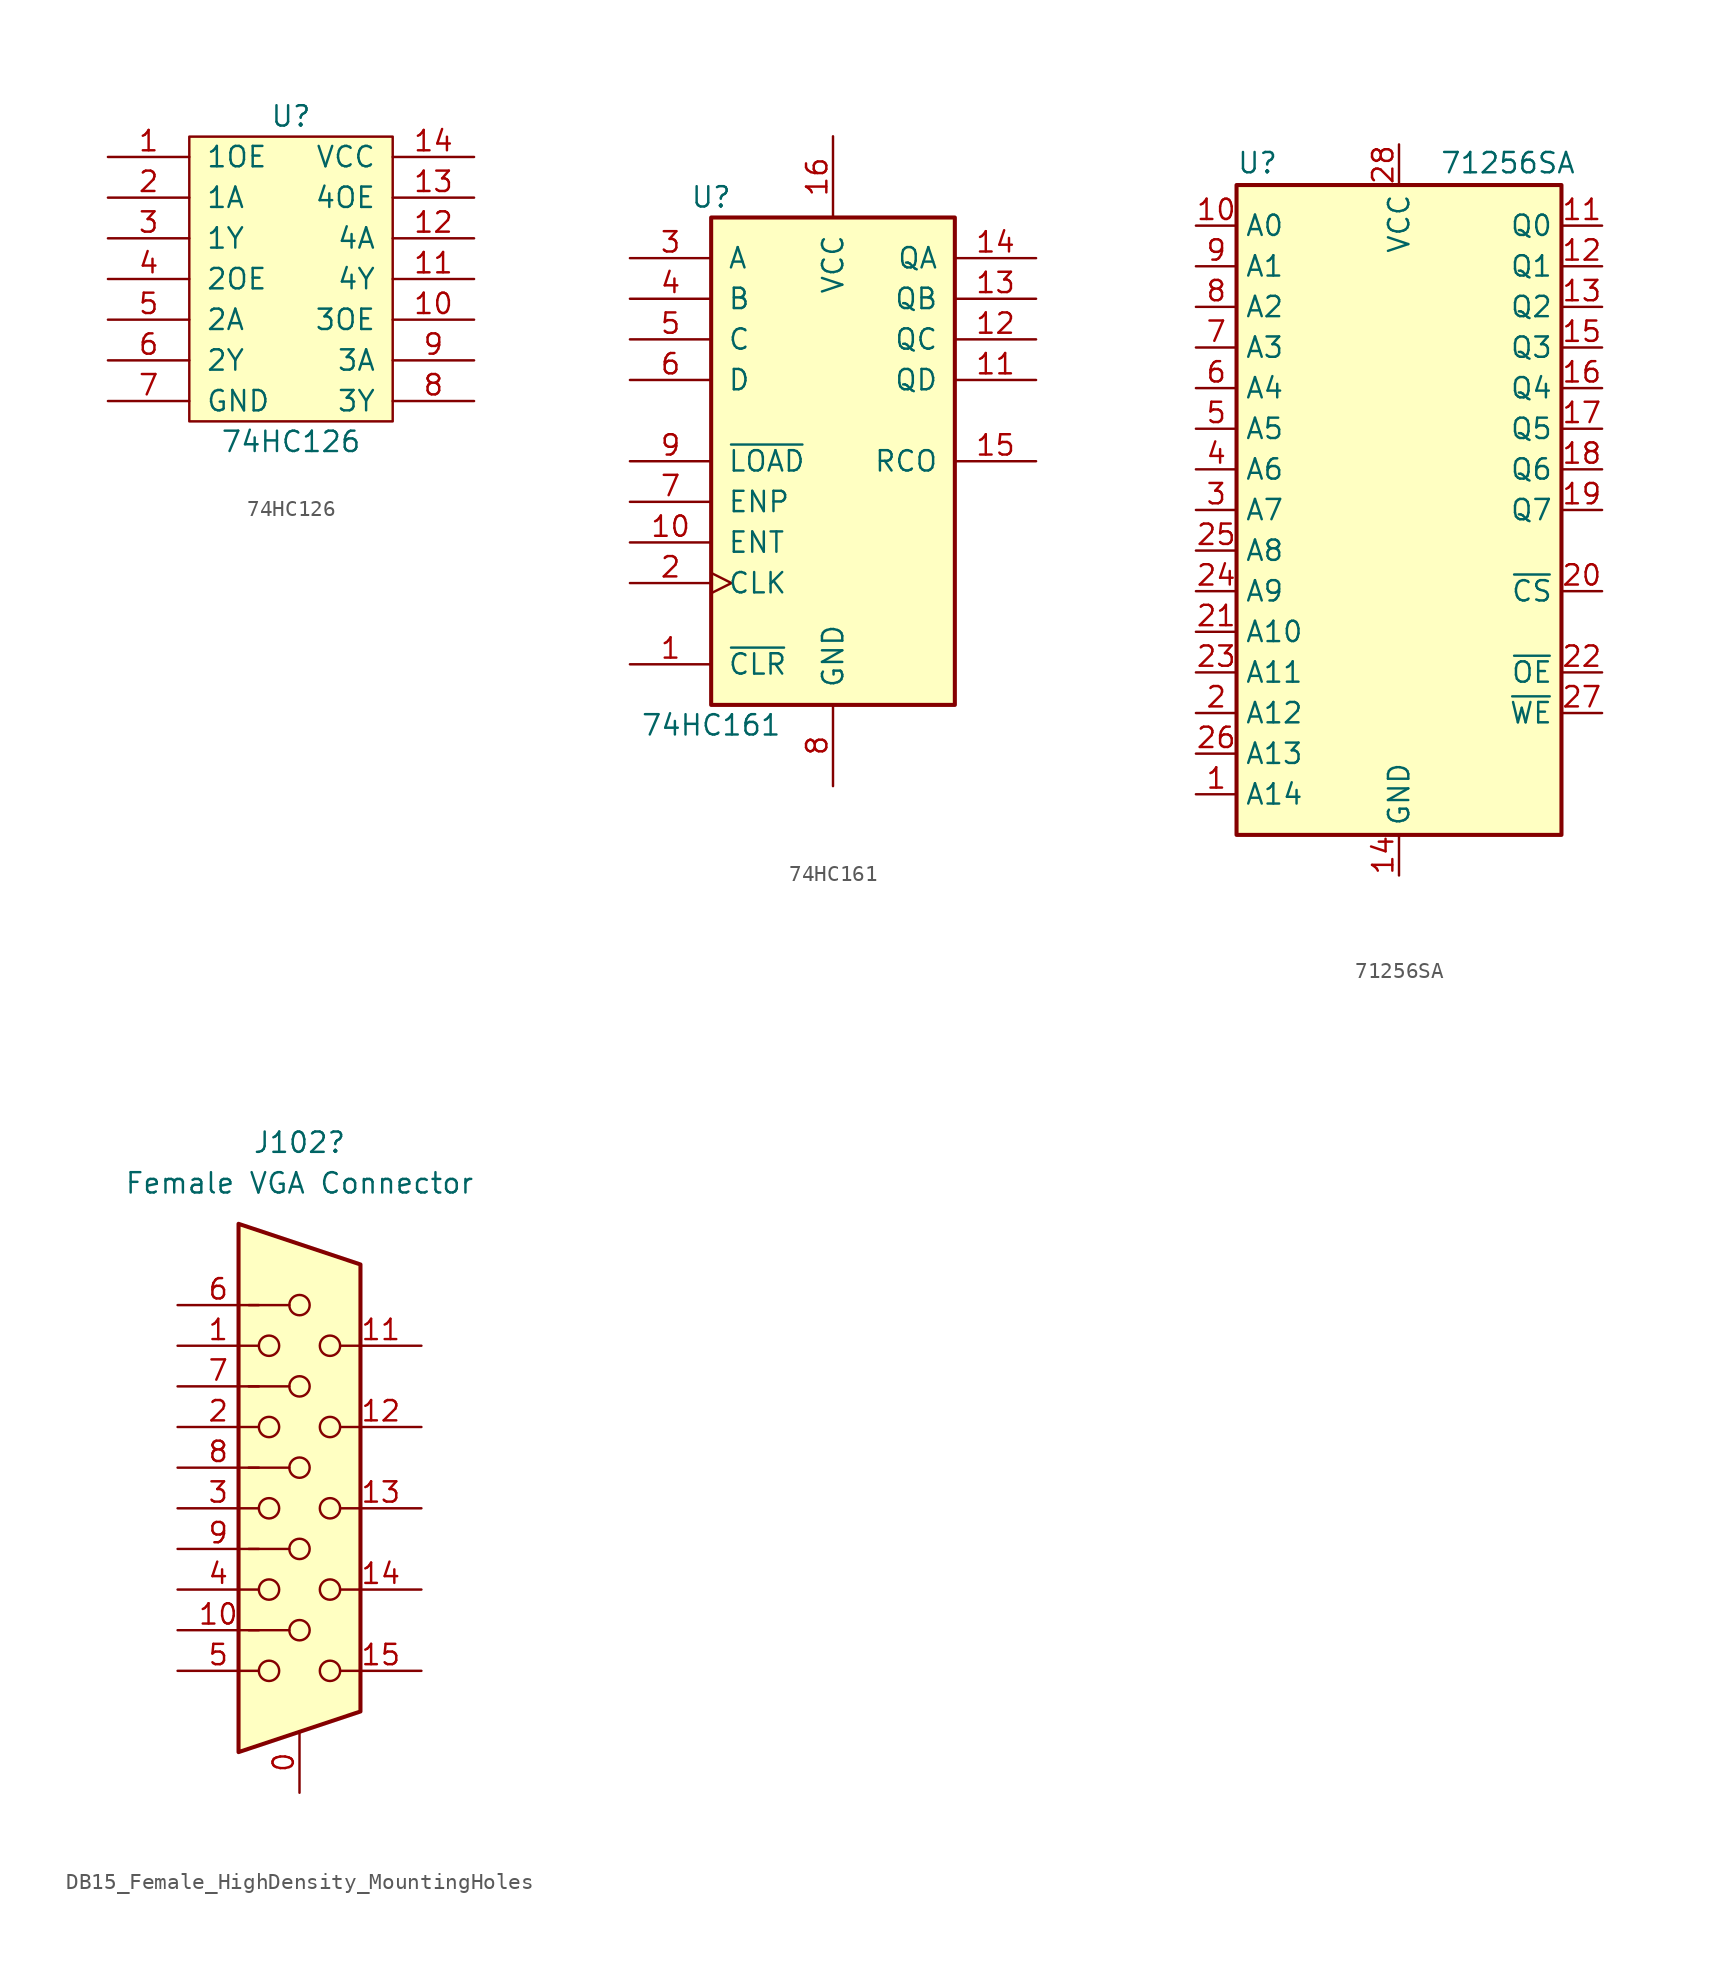
<source format=kicad_sym>
(kicad_symbol_lib
  (version 20220914)
  (generator kicad_symbol_editor)
  (symbol "74HC126"
    (pin_names
      (offset 1.016))
    (property "Reference" "U"
      (at 11.43 2.54 0)
      (effects (font (size 1.27 1.27))))
    (property "Value" "74HC126"
      (at 11.43 -17.78 0)
      (effects (font (size 1.27 1.27))))
    (symbol "74HC126_0_1"
      (rectangle (start 5.08 1.27) (end 17.78 -16.51) (stroke (width 0) (type default)) (fill (type background))))
    (symbol "74HC126_1_0"
      (pin input line (at 0 0 0) (length 5.08) (name "1OE" (effects (font (size 1.27 1.27)))) (number "1" (effects (font (size 1.27 1.27)))))
      (pin input line (at 22.86 -10.16 180) (length 5.08) (name "3OE" (effects (font (size 1.27 1.27)))) (number "10" (effects (font (size 1.27 1.27)))))
      (pin output line (at 22.86 -7.62 180) (length 5.08) (name "4Y" (effects (font (size 1.27 1.27)))) (number "11" (effects (font (size 1.27 1.27)))))
      (pin input line (at 22.86 -5.08 180) (length 5.08) (name "4A" (effects (font (size 1.27 1.27)))) (number "12" (effects (font (size 1.27 1.27)))))
      (pin input line (at 22.86 -2.54 180) (length 5.08) (name "4OE" (effects (font (size 1.27 1.27)))) (number "13" (effects (font (size 1.27 1.27)))))
      (pin power_in line (at 22.86 0 180) (length 5.08) (name "VCC" (effects (font (size 1.27 1.27)))) (number "14" (effects (font (size 1.27 1.27)))))
      (pin input line (at 0 -2.54 0) (length 5.08) (name "1A" (effects (font (size 1.27 1.27)))) (number "2" (effects (font (size 1.27 1.27)))))
      (pin output line (at 0 -5.08 0) (length 5.08) (name "1Y" (effects (font (size 1.27 1.27)))) (number "3" (effects (font (size 1.27 1.27)))))
      (pin input line (at 0 -7.62 0) (length 5.08) (name "2OE" (effects (font (size 1.27 1.27)))) (number "4" (effects (font (size 1.27 1.27)))))
      (pin input line (at 0 -10.16 0) (length 5.08) (name "2A" (effects (font (size 1.27 1.27)))) (number "5" (effects (font (size 1.27 1.27)))))
      (pin output line (at 0 -12.7 0) (length 5.08) (name "2Y" (effects (font (size 1.27 1.27)))) (number "6" (effects (font (size 1.27 1.27)))))
      (pin power_in line (at 0 -15.24 0) (length 5.08) (name "GND" (effects (font (size 1.27 1.27)))) (number "7" (effects (font (size 1.27 1.27)))))
      (pin output line (at 22.86 -15.24 180) (length 5.08) (name "3Y" (effects (font (size 1.27 1.27)))) (number "8" (effects (font (size 1.27 1.27)))))
      (pin input line (at 22.86 -12.7 180) (length 5.08) (name "3A" (effects (font (size 1.27 1.27)))) (number "9" (effects (font (size 1.27 1.27)))))))
  (symbol "74HC161"
    (pin_names
      (offset 1.016))
    (property "Reference" "U"
      (at -7.62 16.51 0)
      (effects (font (size 1.27 1.27))))
    (property "Value" "74HC161"
      (at -7.62 -16.51 0)
      (effects (font (size 1.27 1.27))))
    (symbol "74HC161_1_0"
      (pin input line (at -12.7 -12.7 0) (length 5.08) (name "~{CLR}" (effects (font (size 1.27 1.27)))) (number "1" (effects (font (size 1.27 1.27)))))
      (pin input line (at -12.7 -5.08 0) (length 5.08) (name "ENT" (effects (font (size 1.27 1.27)))) (number "10" (effects (font (size 1.27 1.27)))))
      (pin output line (at 12.7 5.08 180) (length 5.08) (name "QD" (effects (font (size 1.27 1.27)))) (number "11" (effects (font (size 1.27 1.27)))))
      (pin output line (at 12.7 7.62 180) (length 5.08) (name "QC" (effects (font (size 1.27 1.27)))) (number "12" (effects (font (size 1.27 1.27)))))
      (pin output line (at 12.7 10.16 180) (length 5.08) (name "QB" (effects (font (size 1.27 1.27)))) (number "13" (effects (font (size 1.27 1.27)))))
      (pin output line (at 12.7 12.7 180) (length 5.08) (name "QA" (effects (font (size 1.27 1.27)))) (number "14" (effects (font (size 1.27 1.27)))))
      (pin output line (at 12.7 0 180) (length 5.08) (name "RCO" (effects (font (size 1.27 1.27)))) (number "15" (effects (font (size 1.27 1.27)))))
      (pin power_in line (at 0 20.32 270) (length 5.08) (name "VCC" (effects (font (size 1.27 1.27)))) (number "16" (effects (font (size 1.27 1.27)))))
      (pin input clock (at -12.7 -7.62 0) (length 5.08) (name "CLK" (effects (font (size 1.27 1.27)))) (number "2" (effects (font (size 1.27 1.27)))))
      (pin input line (at -12.7 12.7 0) (length 5.08) (name "A" (effects (font (size 1.27 1.27)))) (number "3" (effects (font (size 1.27 1.27)))))
      (pin input line (at -12.7 10.16 0) (length 5.08) (name "B" (effects (font (size 1.27 1.27)))) (number "4" (effects (font (size 1.27 1.27)))))
      (pin input line (at -12.7 7.62 0) (length 5.08) (name "C" (effects (font (size 1.27 1.27)))) (number "5" (effects (font (size 1.27 1.27)))))
      (pin input line (at -12.7 5.08 0) (length 5.08) (name "D" (effects (font (size 1.27 1.27)))) (number "6" (effects (font (size 1.27 1.27)))))
      (pin input line (at -12.7 -2.54 0) (length 5.08) (name "ENP" (effects (font (size 1.27 1.27)))) (number "7" (effects (font (size 1.27 1.27)))))
      (pin power_in line (at 0 -20.32 90) (length 5.08) (name "GND" (effects (font (size 1.27 1.27)))) (number "8" (effects (font (size 1.27 1.27)))))
      (pin input line (at -12.7 0 0) (length 5.08) (name "~{LOAD}" (effects (font (size 1.27 1.27)))) (number "9" (effects (font (size 1.27 1.27))))))
    (symbol "74HC161_1_1"
      (rectangle (start -7.62 15.24) (end 7.62 -15.24) (stroke (width 0.254) (type default)) (fill (type background)))))
  (symbol "71256SA"
    (property "Reference" "U"
      (at -10.16 20.955 0)
      (effects (font (size 1.27 1.27)) (justify left bottom)))
    (property "Value" "71256SA"
      (at 2.54 20.955 0)
      (effects (font (size 1.27 1.27)) (justify left bottom)))
    (symbol "71256SA_0_0"
      (pin power_in line (at 0 -22.86 90) (length 2.54) (name "GND" (effects (font (size 1.27 1.27)))) (number "14" (effects (font (size 1.27 1.27)))))
      (pin power_in line (at 0 22.86 270) (length 2.54) (name "VCC" (effects (font (size 1.27 1.27)))) (number "28" (effects (font (size 1.27 1.27))))))
    (symbol "71256SA_0_1"
      (rectangle (start -10.16 20.32) (end 10.16 -20.32) (stroke (width 0.254) (type default)) (fill (type background))))
    (symbol "71256SA_1_1"
      (pin input line (at -12.7 -17.78 0) (length 2.54) (name "A14" (effects (font (size 1.27 1.27)))) (number "1" (effects (font (size 1.27 1.27)))))
      (pin input line (at -12.7 17.78 0) (length 2.54) (name "A0" (effects (font (size 1.27 1.27)))) (number "10" (effects (font (size 1.27 1.27)))))
      (pin tri_state line (at 12.7 17.78 180) (length 2.54) (name "Q0" (effects (font (size 1.27 1.27)))) (number "11" (effects (font (size 1.27 1.27)))))
      (pin tri_state line (at 12.7 15.24 180) (length 2.54) (name "Q1" (effects (font (size 1.27 1.27)))) (number "12" (effects (font (size 1.27 1.27)))))
      (pin tri_state line (at 12.7 12.7 180) (length 2.54) (name "Q2" (effects (font (size 1.27 1.27)))) (number "13" (effects (font (size 1.27 1.27)))))
      (pin tri_state line (at 12.7 10.16 180) (length 2.54) (name "Q3" (effects (font (size 1.27 1.27)))) (number "15" (effects (font (size 1.27 1.27)))))
      (pin tri_state line (at 12.7 7.62 180) (length 2.54) (name "Q4" (effects (font (size 1.27 1.27)))) (number "16" (effects (font (size 1.27 1.27)))))
      (pin tri_state line (at 12.7 5.08 180) (length 2.54) (name "Q5" (effects (font (size 1.27 1.27)))) (number "17" (effects (font (size 1.27 1.27)))))
      (pin tri_state line (at 12.7 2.54 180) (length 2.54) (name "Q6" (effects (font (size 1.27 1.27)))) (number "18" (effects (font (size 1.27 1.27)))))
      (pin tri_state line (at 12.7 0 180) (length 2.54) (name "Q7" (effects (font (size 1.27 1.27)))) (number "19" (effects (font (size 1.27 1.27)))))
      (pin input line (at -12.7 -12.7 0) (length 2.54) (name "A12" (effects (font (size 1.27 1.27)))) (number "2" (effects (font (size 1.27 1.27)))))
      (pin input line (at 12.7 -5.08 180) (length 2.54) (name "~{CS}" (effects (font (size 1.27 1.27)))) (number "20" (effects (font (size 1.27 1.27)))))
      (pin input line (at -12.7 -7.62 0) (length 2.54) (name "A10" (effects (font (size 1.27 1.27)))) (number "21" (effects (font (size 1.27 1.27)))))
      (pin input line (at 12.7 -10.16 180) (length 2.54) (name "~{OE}" (effects (font (size 1.27 1.27)))) (number "22" (effects (font (size 1.27 1.27)))))
      (pin input line (at -12.7 -10.16 0) (length 2.54) (name "A11" (effects (font (size 1.27 1.27)))) (number "23" (effects (font (size 1.27 1.27)))))
      (pin input line (at -12.7 -5.08 0) (length 2.54) (name "A9" (effects (font (size 1.27 1.27)))) (number "24" (effects (font (size 1.27 1.27)))))
      (pin input line (at -12.7 -2.54 0) (length 2.54) (name "A8" (effects (font (size 1.27 1.27)))) (number "25" (effects (font (size 1.27 1.27)))))
      (pin input line (at -12.7 -15.24 0) (length 2.54) (name "A13" (effects (font (size 1.27 1.27)))) (number "26" (effects (font (size 1.27 1.27)))))
      (pin input line (at 12.7 -12.7 180) (length 2.54) (name "~{WE}" (effects (font (size 1.27 1.27)))) (number "27" (effects (font (size 1.27 1.27)))))
      (pin input line (at -12.7 0 0) (length 2.54) (name "A7" (effects (font (size 1.27 1.27)))) (number "3" (effects (font (size 1.27 1.27)))))
      (pin input line (at -12.7 2.54 0) (length 2.54) (name "A6" (effects (font (size 1.27 1.27)))) (number "4" (effects (font (size 1.27 1.27)))))
      (pin input line (at -12.7 5.08 0) (length 2.54) (name "A5" (effects (font (size 1.27 1.27)))) (number "5" (effects (font (size 1.27 1.27)))))
      (pin input line (at -12.7 7.62 0) (length 2.54) (name "A4" (effects (font (size 1.27 1.27)))) (number "6" (effects (font (size 1.27 1.27)))))
      (pin input line (at -12.7 10.16 0) (length 2.54) (name "A3" (effects (font (size 1.27 1.27)))) (number "7" (effects (font (size 1.27 1.27)))))
      (pin input line (at -12.7 12.7 0) (length 2.54) (name "A2" (effects (font (size 1.27 1.27)))) (number "8" (effects (font (size 1.27 1.27)))))
      (pin input line (at -12.7 15.24 0) (length 2.54) (name "A1" (effects (font (size 1.27 1.27)))) (number "9" (effects (font (size 1.27 1.27)))))))
  (symbol "DB15_Female_HighDensity_MountingHoles"
    (pin_names
      (offset 1.016) hide)
    (property "Reference" "J102"
      (at 0 22.86 0)
      (effects (font (size 1.27 1.27))))
    (property "Value" "Female VGA Connector"
      (at 0 20.32 0)
      (effects (font (size 1.27 1.27))))
    (symbol "DB15_Female_HighDensity_MountingHoles_0_1"
      (circle (center -1.905 -10.16) (radius 0.635) (stroke (width 0) (type default)) (fill (type none)))
      (circle (center -1.905 -5.08) (radius 0.635) (stroke (width 0) (type default)) (fill (type none)))
      (circle (center -1.905 0) (radius 0.635) (stroke (width 0) (type default)) (fill (type none)))
      (circle (center -1.905 5.08) (radius 0.635) (stroke (width 0) (type default)) (fill (type none)))
      (circle (center -1.905 10.16) (radius 0.635) (stroke (width 0) (type default)) (fill (type none)))
      (circle (center 0 -7.62) (radius 0.635) (stroke (width 0) (type default)) (fill (type none)))
      (circle (center 0 -2.54) (radius 0.635) (stroke (width 0) (type default)) (fill (type none)))
      (polyline (pts (xy -3.175 7.62) (xy -0.635 7.62)) (stroke (width 0) (type default)) (fill (type none)))
      (polyline (pts (xy -0.635 -7.62) (xy -3.175 -7.62)) (stroke (width 0) (type default)) (fill (type none)))
      (polyline (pts (xy -0.635 -2.54) (xy -3.175 -2.54)) (stroke (width 0) (type default)) (fill (type none)))
      (polyline (pts (xy -0.635 2.54) (xy -3.175 2.54)) (stroke (width 0) (type default)) (fill (type none)))
      (polyline (pts (xy -0.635 12.7) (xy -3.175 12.7)) (stroke (width 0) (type default)) (fill (type none)))
      (polyline (pts (xy -3.81 17.78) (xy -3.81 -15.24) (xy 3.81 -12.7) (xy 3.81 15.24) (xy -3.81 17.78)) (stroke (width 0.254) (type default)) (fill (type background)))
      (circle (center 0 2.54) (radius 0.635) (stroke (width 0) (type default)) (fill (type none)))
      (circle (center 0 7.62) (radius 0.635) (stroke (width 0) (type default)) (fill (type none)))
      (circle (center 0 12.7) (radius 0.635) (stroke (width 0) (type default)) (fill (type none)))
      (circle (center 1.905 -10.16) (radius 0.635) (stroke (width 0) (type default)) (fill (type none)))
      (circle (center 1.905 -5.08) (radius 0.635) (stroke (width 0) (type default)) (fill (type none)))
      (circle (center 1.905 0) (radius 0.635) (stroke (width 0) (type default)) (fill (type none)))
      (circle (center 1.905 5.08) (radius 0.635) (stroke (width 0) (type default)) (fill (type none)))
      (circle (center 1.905 10.16) (radius 0.635) (stroke (width 0) (type default)) (fill (type none))))
    (symbol "DB15_Female_HighDensity_MountingHoles_1_1"
      (pin passive line (at 0 -17.78 90) (length 3.81) (name "~" (effects (font (size 1.27 1.27)))) (number "0" (effects (font (size 1.27 1.27)))))
      (pin passive line (at -7.62 10.16 0) (length 5.08) (name "~" (effects (font (size 1.27 1.27)))) (number "1" (effects (font (size 1.27 1.27)))))
      (pin passive line (at -7.62 -7.62 0) (length 5.08) (name "~" (effects (font (size 1.27 1.27)))) (number "10" (effects (font (size 1.27 1.27)))))
      (pin passive line (at 7.62 10.16 180) (length 5.08) (name "~" (effects (font (size 1.27 1.27)))) (number "11" (effects (font (size 1.27 1.27)))))
      (pin passive line (at 7.62 5.08 180) (length 5.08) (name "~" (effects (font (size 1.27 1.27)))) (number "12" (effects (font (size 1.27 1.27)))))
      (pin passive line (at 7.62 0 180) (length 5.08) (name "~" (effects (font (size 1.27 1.27)))) (number "13" (effects (font (size 1.27 1.27)))))
      (pin passive line (at 7.62 -5.08 180) (length 5.08) (name "~" (effects (font (size 1.27 1.27)))) (number "14" (effects (font (size 1.27 1.27)))))
      (pin passive line (at 7.62 -10.16 180) (length 5.08) (name "~" (effects (font (size 1.27 1.27)))) (number "15" (effects (font (size 1.27 1.27)))))
      (pin passive line (at -7.62 5.08 0) (length 5.08) (name "~" (effects (font (size 1.27 1.27)))) (number "2" (effects (font (size 1.27 1.27)))))
      (pin passive line (at -7.62 0 0) (length 5.08) (name "~" (effects (font (size 1.27 1.27)))) (number "3" (effects (font (size 1.27 1.27)))))
      (pin passive line (at -7.62 -5.08 0) (length 5.08) (name "~" (effects (font (size 1.27 1.27)))) (number "4" (effects (font (size 1.27 1.27)))))
      (pin passive line (at -7.62 -10.16 0) (length 5.08) (name "~" (effects (font (size 1.27 1.27)))) (number "5" (effects (font (size 1.27 1.27)))))
      (pin passive line (at -7.62 12.7 0) (length 5.08) (name "~" (effects (font (size 1.27 1.27)))) (number "6" (effects (font (size 1.27 1.27)))))
      (pin passive line (at -7.62 7.62 0) (length 5.08) (name "~" (effects (font (size 1.27 1.27)))) (number "7" (effects (font (size 1.27 1.27)))))
      (pin passive line (at -7.62 2.54 0) (length 5.08) (name "~" (effects (font (size 1.27 1.27)))) (number "8" (effects (font (size 1.27 1.27)))))
      (pin passive line (at -7.62 -2.54 0) (length 5.08) (name "~" (effects (font (size 1.27 1.27)))) (number "9" (effects (font (size 1.27 1.27))))))))
</source>
